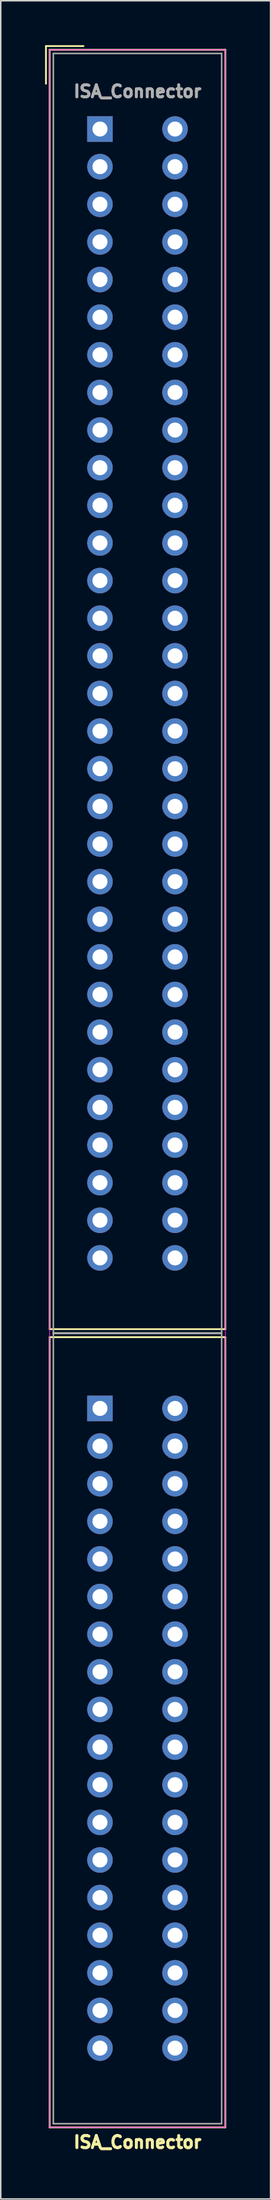
<source format=kicad_pcb>
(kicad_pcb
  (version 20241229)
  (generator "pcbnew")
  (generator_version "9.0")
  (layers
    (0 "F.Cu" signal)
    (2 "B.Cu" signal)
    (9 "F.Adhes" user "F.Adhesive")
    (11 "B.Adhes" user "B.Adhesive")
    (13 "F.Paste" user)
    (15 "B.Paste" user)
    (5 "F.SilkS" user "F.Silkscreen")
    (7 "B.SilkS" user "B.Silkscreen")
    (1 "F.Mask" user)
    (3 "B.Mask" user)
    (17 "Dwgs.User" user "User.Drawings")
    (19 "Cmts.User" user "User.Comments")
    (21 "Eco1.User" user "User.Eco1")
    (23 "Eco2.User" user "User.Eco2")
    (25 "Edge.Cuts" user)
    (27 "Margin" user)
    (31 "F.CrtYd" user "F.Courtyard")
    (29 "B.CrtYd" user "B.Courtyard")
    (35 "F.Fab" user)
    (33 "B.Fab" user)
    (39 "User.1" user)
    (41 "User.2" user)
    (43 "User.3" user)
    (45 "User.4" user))
  (footprint "ISA_Connector"
    (layer "F.Cu")
    (at 3.715 5.66)
    (property "Reference" "ISA_Connector" (at 2.54 -2.54 180) (layer "F.Fab") (effects (font (size 0.813 0.813) (thickness 0.203))))
    (attr through_hole)
    (fp_line (start -3.655 -5.6) (end -3.655 -3.06) (stroke (width 0.12) (type solid)) (layer "F.SilkS"))
    (fp_line (start -3.655 -5.6) (end -1.115 -5.6) (stroke (width 0.12) (type solid)) (layer "F.SilkS"))
    (fp_line (start -3.405 -5.35) (end 8.485 -5.35) (stroke (width 0.12) (type solid)) (layer "F.SilkS"))
    (fp_line (start -3.405 81.01) (end -3.405 -5.35) (stroke (width 0.12) (type solid)) (layer "F.SilkS"))
    (fp_line (start -3.405 81.01) (end 8.485 81.01) (stroke (width 0.12) (type solid)) (layer "F.SilkS"))
    (fp_line (start -3.405 134.89) (end -3.405 81.55) (stroke (width 0.12) (type solid)) (layer "F.SilkS"))
    (fp_line (start -3.405 134.89) (end 8.485 134.89) (stroke (width 0.12) (type solid)) (layer "F.SilkS"))
    (fp_line (start 8.485 -5.35) (end 8.485 81.01) (stroke (width 0.12) (type solid)) (layer "F.SilkS"))
    (fp_line (start 8.485 81.55) (end -3.405 81.55) (stroke (width 0.12) (type solid)) (layer "F.SilkS"))
    (fp_line (start 8.485 81.55) (end 8.485 134.89) (stroke (width 0.12) (type solid)) (layer "F.SilkS"))
    (fp_line (start -3.41 -5.35) (end 8.49 -5.35) (stroke (width 0.05) (type solid)) (layer "F.CrtYd"))
    (fp_line (start -3.41 134.89) (end -3.41 -5.35) (stroke (width 0.05) (type solid)) (layer "F.CrtYd"))
    (fp_line (start 8.49 -5.35) (end 8.49 134.89) (stroke (width 0.05) (type solid)) (layer "F.CrtYd"))
    (fp_line (start 8.49 134.89) (end -3.41 134.89) (stroke (width 0.05) (type solid)) (layer "F.CrtYd"))
    (fp_line (start -3.155 -5.1) (end -3.155 81.3) (stroke (width 0.1) (type solid)) (layer "F.Fab"))
    (fp_line (start -3.155 81.26) (end -3.155 134.64) (stroke (width 0.1) (type solid)) (layer "F.Fab"))
    (fp_line (start 8.235 -5.1) (end -3.155 -5.1) (stroke (width 0.1) (type solid)) (layer "F.Fab"))
    (fp_line (start 8.235 -5.1) (end 8.235 81.3) (stroke (width 0.1) (type solid)) (layer "F.Fab"))
    (fp_line (start 8.235 81.26) (end -3.155 81.26) (stroke (width 0.1) (type solid)) (layer "F.Fab"))
    (fp_line (start 8.235 81.26) (end 8.235 134.64) (stroke (width 0.1) (type solid)) (layer "F.Fab"))
    (fp_line (start 8.235 81.3) (end -3.155 81.3) (stroke (width 0.1) (type solid)) (layer "F.Fab"))
    (fp_line (start 8.235 134.64) (end -3.155 134.64) (stroke (width 0.1) (type solid)) (layer "F.Fab"))
    (fp_text user "${REFERENCE}" (at 2.54 135.89 180) (layer "F.SilkS") (effects (font (size 0.813 0.813) (thickness 0.203))))
    (pad "A1" thru_hole oval (at 5.08 0) (size 1.727 1.727) (drill 1.016) (layers "*.Cu" "*.Mask"))
    (pad "A2" thru_hole oval (at 5.08 2.54) (size 1.727 1.727) (drill 1.016) (layers "*.Cu" "*.Mask"))
    (pad "A3" thru_hole oval (at 5.08 5.08) (size 1.727 1.727) (drill 1.016) (layers "*.Cu" "*.Mask"))
    (pad "A4" thru_hole oval (at 5.08 7.62) (size 1.727 1.727) (drill 1.016) (layers "*.Cu" "*.Mask"))
    (pad "A5" thru_hole oval (at 5.08 10.16) (size 1.727 1.727) (drill 1.016) (layers "*.Cu" "*.Mask"))
    (pad "A6" thru_hole oval (at 5.08 12.7) (size 1.727 1.727) (drill 1.016) (layers "*.Cu" "*.Mask"))
    (pad "A7" thru_hole oval (at 5.08 15.24) (size 1.727 1.727) (drill 1.016) (layers "*.Cu" "*.Mask"))
    (pad "A8" thru_hole oval (at 5.08 17.78) (size 1.727 1.727) (drill 1.016) (layers "*.Cu" "*.Mask"))
    (pad "A9" thru_hole oval (at 5.08 20.32) (size 1.727 1.727) (drill 1.016) (layers "*.Cu" "*.Mask"))
    (pad "A10" thru_hole oval (at 5.08 22.86) (size 1.727 1.727) (drill 1.016) (layers "*.Cu" "*.Mask"))
    (pad "A11" thru_hole oval (at 5.08 25.4) (size 1.727 1.727) (drill 1.016) (layers "*.Cu" "*.Mask"))
    (pad "A12" thru_hole oval (at 5.08 27.94) (size 1.727 1.727) (drill 1.016) (layers "*.Cu" "*.Mask"))
    (pad "A13" thru_hole oval (at 5.08 30.48) (size 1.727 1.727) (drill 1.016) (layers "*.Cu" "*.Mask"))
    (pad "A14" thru_hole oval (at 5.08 33.02) (size 1.727 1.727) (drill 1.016) (layers "*.Cu" "*.Mask"))
    (pad "A15" thru_hole oval (at 5.08 35.56) (size 1.727 1.727) (drill 1.016) (layers "*.Cu" "*.Mask"))
    (pad "A16" thru_hole oval (at 5.08 38.1) (size 1.727 1.727) (drill 1.016) (layers "*.Cu" "*.Mask"))
    (pad "A17" thru_hole oval (at 5.08 40.64) (size 1.727 1.727) (drill 1.016) (layers "*.Cu" "*.Mask"))
    (pad "A18" thru_hole oval (at 5.08 43.18) (size 1.727 1.727) (drill 1.016) (layers "*.Cu" "*.Mask"))
    (pad "A19" thru_hole oval (at 5.08 45.72) (size 1.727 1.727) (drill 1.016) (layers "*.Cu" "*.Mask"))
    (pad "A20" thru_hole oval (at 5.08 48.26) (size 1.727 1.727) (drill 1.016) (layers "*.Cu" "*.Mask"))
    (pad "A21" thru_hole oval (at 5.08 50.8) (size 1.727 1.727) (drill 1.016) (layers "*.Cu" "*.Mask"))
    (pad "A22" thru_hole oval (at 5.08 53.34) (size 1.727 1.727) (drill 1.016) (layers "*.Cu" "*.Mask"))
    (pad "A23" thru_hole oval (at 5.08 55.88) (size 1.727 1.727) (drill 1.016) (layers "*.Cu" "*.Mask"))
    (pad "A24" thru_hole oval (at 5.08 58.42) (size 1.727 1.727) (drill 1.016) (layers "*.Cu" "*.Mask"))
    (pad "A25" thru_hole oval (at 5.08 60.96) (size 1.727 1.727) (drill 1.016) (layers "*.Cu" "*.Mask"))
    (pad "A26" thru_hole oval (at 5.08 63.5) (size 1.727 1.727) (drill 1.016) (layers "*.Cu" "*.Mask"))
    (pad "A27" thru_hole oval (at 5.08 66.04) (size 1.727 1.727) (drill 1.016) (layers "*.Cu" "*.Mask"))
    (pad "A28" thru_hole oval (at 5.08 68.58) (size 1.727 1.727) (drill 1.016) (layers "*.Cu" "*.Mask"))
    (pad "A29" thru_hole oval (at 5.08 71.12) (size 1.727 1.727) (drill 1.016) (layers "*.Cu" "*.Mask"))
    (pad "A30" thru_hole oval (at 5.08 73.66) (size 1.727 1.727) (drill 1.016) (layers "*.Cu" "*.Mask"))
    (pad "A31" thru_hole oval (at 5.08 76.2) (size 1.727 1.727) (drill 1.016) (layers "*.Cu" "*.Mask"))
    (pad "B1" thru_hole rect (at 0 0) (size 1.727 1.727) (drill 1.016) (layers "*.Cu" "*.Mask"))
    (pad "B2" thru_hole oval (at 0 2.54) (size 1.727 1.727) (drill 1.016) (layers "*.Cu" "*.Mask"))
    (pad "B3" thru_hole oval (at 0 5.08) (size 1.727 1.727) (drill 1.016) (layers "*.Cu" "*.Mask"))
    (pad "B4" thru_hole oval (at 0 7.62) (size 1.727 1.727) (drill 1.016) (layers "*.Cu" "*.Mask"))
    (pad "B5" thru_hole oval (at 0 10.16) (size 1.727 1.727) (drill 1.016) (layers "*.Cu" "*.Mask"))
    (pad "B6" thru_hole oval (at 0 12.7) (size 1.727 1.727) (drill 1.016) (layers "*.Cu" "*.Mask"))
    (pad "B7" thru_hole oval (at 0 15.24) (size 1.727 1.727) (drill 1.016) (layers "*.Cu" "*.Mask"))
    (pad "B8" thru_hole oval (at 0 17.78) (size 1.727 1.727) (drill 1.016) (layers "*.Cu" "*.Mask"))
    (pad "B9" thru_hole oval (at 0 20.32) (size 1.727 1.727) (drill 1.016) (layers "*.Cu" "*.Mask"))
    (pad "B10" thru_hole oval (at 0 22.86) (size 1.727 1.727) (drill 1.016) (layers "*.Cu" "*.Mask"))
    (pad "B11" thru_hole oval (at 0 25.4) (size 1.727 1.727) (drill 1.016) (layers "*.Cu" "*.Mask"))
    (pad "B12" thru_hole oval (at 0 27.94) (size 1.727 1.727) (drill 1.016) (layers "*.Cu" "*.Mask"))
    (pad "B13" thru_hole oval (at 0 30.48) (size 1.727 1.727) (drill 1.016) (layers "*.Cu" "*.Mask"))
    (pad "B14" thru_hole oval (at 0 33.02) (size 1.727 1.727) (drill 1.016) (layers "*.Cu" "*.Mask"))
    (pad "B15" thru_hole oval (at 0 35.56) (size 1.727 1.727) (drill 1.016) (layers "*.Cu" "*.Mask"))
    (pad "B16" thru_hole oval (at 0 38.1) (size 1.727 1.727) (drill 1.016) (layers "*.Cu" "*.Mask"))
    (pad "B17" thru_hole oval (at 0 40.64) (size 1.727 1.727) (drill 1.016) (layers "*.Cu" "*.Mask"))
    (pad "B18" thru_hole oval (at 0 43.18) (size 1.727 1.727) (drill 1.016) (layers "*.Cu" "*.Mask"))
    (pad "B19" thru_hole oval (at 0 45.72) (size 1.727 1.727) (drill 1.016) (layers "*.Cu" "*.Mask"))
    (pad "B20" thru_hole oval (at 0 48.26) (size 1.727 1.727) (drill 1.016) (layers "*.Cu" "*.Mask"))
    (pad "B21" thru_hole oval (at 0 50.8) (size 1.727 1.727) (drill 1.016) (layers "*.Cu" "*.Mask"))
    (pad "B22" thru_hole oval (at 0 53.34) (size 1.727 1.727) (drill 1.016) (layers "*.Cu" "*.Mask"))
    (pad "B23" thru_hole oval (at 0 55.88) (size 1.727 1.727) (drill 1.016) (layers "*.Cu" "*.Mask"))
    (pad "B24" thru_hole oval (at 0 58.42) (size 1.727 1.727) (drill 1.016) (layers "*.Cu" "*.Mask"))
    (pad "B25" thru_hole oval (at 0 60.96) (size 1.727 1.727) (drill 1.016) (layers "*.Cu" "*.Mask"))
    (pad "B26" thru_hole oval (at 0 63.5) (size 1.727 1.727) (drill 1.016) (layers "*.Cu" "*.Mask"))
    (pad "B27" thru_hole oval (at 0 66.04) (size 1.727 1.727) (drill 1.016) (layers "*.Cu" "*.Mask"))
    (pad "B28" thru_hole oval (at 0 68.58) (size 1.727 1.727) (drill 1.016) (layers "*.Cu" "*.Mask"))
    (pad "B29" thru_hole oval (at 0 71.12) (size 1.727 1.727) (drill 1.016) (layers "*.Cu" "*.Mask"))
    (pad "B30" thru_hole oval (at 0 73.66) (size 1.727 1.727) (drill 1.016) (layers "*.Cu" "*.Mask"))
    (pad "B31" thru_hole oval (at 0 76.2) (size 1.727 1.727) (drill 1.016) (layers "*.Cu" "*.Mask"))
    (pad "C1" thru_hole oval (at 5.08 86.36) (size 1.727 1.727) (drill 1.016) (layers "*.Cu" "*.Mask"))
    (pad "C2" thru_hole oval (at 5.08 88.9) (size 1.727 1.727) (drill 1.016) (layers "*.Cu" "*.Mask"))
    (pad "C3" thru_hole oval (at 5.08 91.44) (size 1.727 1.727) (drill 1.016) (layers "*.Cu" "*.Mask"))
    (pad "C4" thru_hole oval (at 5.08 93.98) (size 1.727 1.727) (drill 1.016) (layers "*.Cu" "*.Mask"))
    (pad "C5" thru_hole oval (at 5.08 96.52) (size 1.727 1.727) (drill 1.016) (layers "*.Cu" "*.Mask"))
    (pad "C6" thru_hole oval (at 5.08 99.06) (size 1.727 1.727) (drill 1.016) (layers "*.Cu" "*.Mask"))
    (pad "C7" thru_hole oval (at 5.08 101.6) (size 1.727 1.727) (drill 1.016) (layers "*.Cu" "*.Mask"))
    (pad "C8" thru_hole oval (at 5.08 104.14) (size 1.727 1.727) (drill 1.016) (layers "*.Cu" "*.Mask"))
    (pad "C9" thru_hole oval (at 5.08 106.68) (size 1.727 1.727) (drill 1.016) (layers "*.Cu" "*.Mask"))
    (pad "C10" thru_hole oval (at 5.08 109.22) (size 1.727 1.727) (drill 1.016) (layers "*.Cu" "*.Mask"))
    (pad "C11" thru_hole oval (at 5.08 111.76) (size 1.727 1.727) (drill 1.016) (layers "*.Cu" "*.Mask"))
    (pad "C12" thru_hole oval (at 5.08 114.3) (size 1.727 1.727) (drill 1.016) (layers "*.Cu" "*.Mask"))
    (pad "C13" thru_hole oval (at 5.08 116.84) (size 1.727 1.727) (drill 1.016) (layers "*.Cu" "*.Mask"))
    (pad "C14" thru_hole oval (at 5.08 119.38) (size 1.727 1.727) (drill 1.016) (layers "*.Cu" "*.Mask"))
    (pad "C15" thru_hole oval (at 5.08 121.92) (size 1.727 1.727) (drill 1.016) (layers "*.Cu" "*.Mask"))
    (pad "C16" thru_hole oval (at 5.08 124.46) (size 1.727 1.727) (drill 1.016) (layers "*.Cu" "*.Mask"))
    (pad "C17" thru_hole oval (at 5.08 127) (size 1.727 1.727) (drill 1.016) (layers "*.Cu" "*.Mask"))
    (pad "C18" thru_hole oval (at 5.08 129.54) (size 1.727 1.727) (drill 1.016) (layers "*.Cu" "*.Mask"))
    (pad "D1" thru_hole rect (at 0 86.36) (size 1.727 1.727) (drill 1.016) (layers "*.Cu" "*.Mask"))
    (pad "D2" thru_hole oval (at 0 88.9) (size 1.727 1.727) (drill 1.016) (layers "*.Cu" "*.Mask"))
    (pad "D3" thru_hole oval (at 0 91.44) (size 1.727 1.727) (drill 1.016) (layers "*.Cu" "*.Mask"))
    (pad "D4" thru_hole oval (at 0 93.98) (size 1.727 1.727) (drill 1.016) (layers "*.Cu" "*.Mask"))
    (pad "D5" thru_hole oval (at 0 96.52) (size 1.727 1.727) (drill 1.016) (layers "*.Cu" "*.Mask"))
    (pad "D6" thru_hole oval (at 0 99.06) (size 1.727 1.727) (drill 1.016) (layers "*.Cu" "*.Mask"))
    (pad "D7" thru_hole oval (at 0 101.6) (size 1.727 1.727) (drill 1.016) (layers "*.Cu" "*.Mask"))
    (pad "D8" thru_hole oval (at 0 104.14) (size 1.727 1.727) (drill 1.016) (layers "*.Cu" "*.Mask"))
    (pad "D9" thru_hole oval (at 0 106.68) (size 1.727 1.727) (drill 1.016) (layers "*.Cu" "*.Mask"))
    (pad "D10" thru_hole oval (at 0 109.22) (size 1.727 1.727) (drill 1.016) (layers "*.Cu" "*.Mask"))
    (pad "D11" thru_hole oval (at 0 111.76) (size 1.727 1.727) (drill 1.016) (layers "*.Cu" "*.Mask"))
    (pad "D12" thru_hole oval (at 0 114.3) (size 1.727 1.727) (drill 1.016) (layers "*.Cu" "*.Mask"))
    (pad "D13" thru_hole oval (at 0 116.84) (size 1.727 1.727) (drill 1.016) (layers "*.Cu" "*.Mask"))
    (pad "D14" thru_hole oval (at 0 119.38) (size 1.727 1.727) (drill 1.016) (layers "*.Cu" "*.Mask"))
    (pad "D15" thru_hole oval (at 0 121.92) (size 1.727 1.727) (drill 1.016) (layers "*.Cu" "*.Mask"))
    (pad "D16" thru_hole oval (at 0 124.46) (size 1.727 1.727) (drill 1.016) (layers "*.Cu" "*.Mask"))
    (pad "D17" thru_hole oval (at 0 127) (size 1.727 1.727) (drill 1.016) (layers "*.Cu" "*.Mask"))
    (pad "D18" thru_hole oval (at 0 129.54) (size 1.727 1.727) (drill 1.016) (layers "*.Cu" "*.Mask")))
  (gr_rect
    (start -3 -3)
    (end 15.26 145.382)
    (stroke (width 0.1) (type default))
    (fill no)
    (layer "Edge.Cuts")))
</source>
